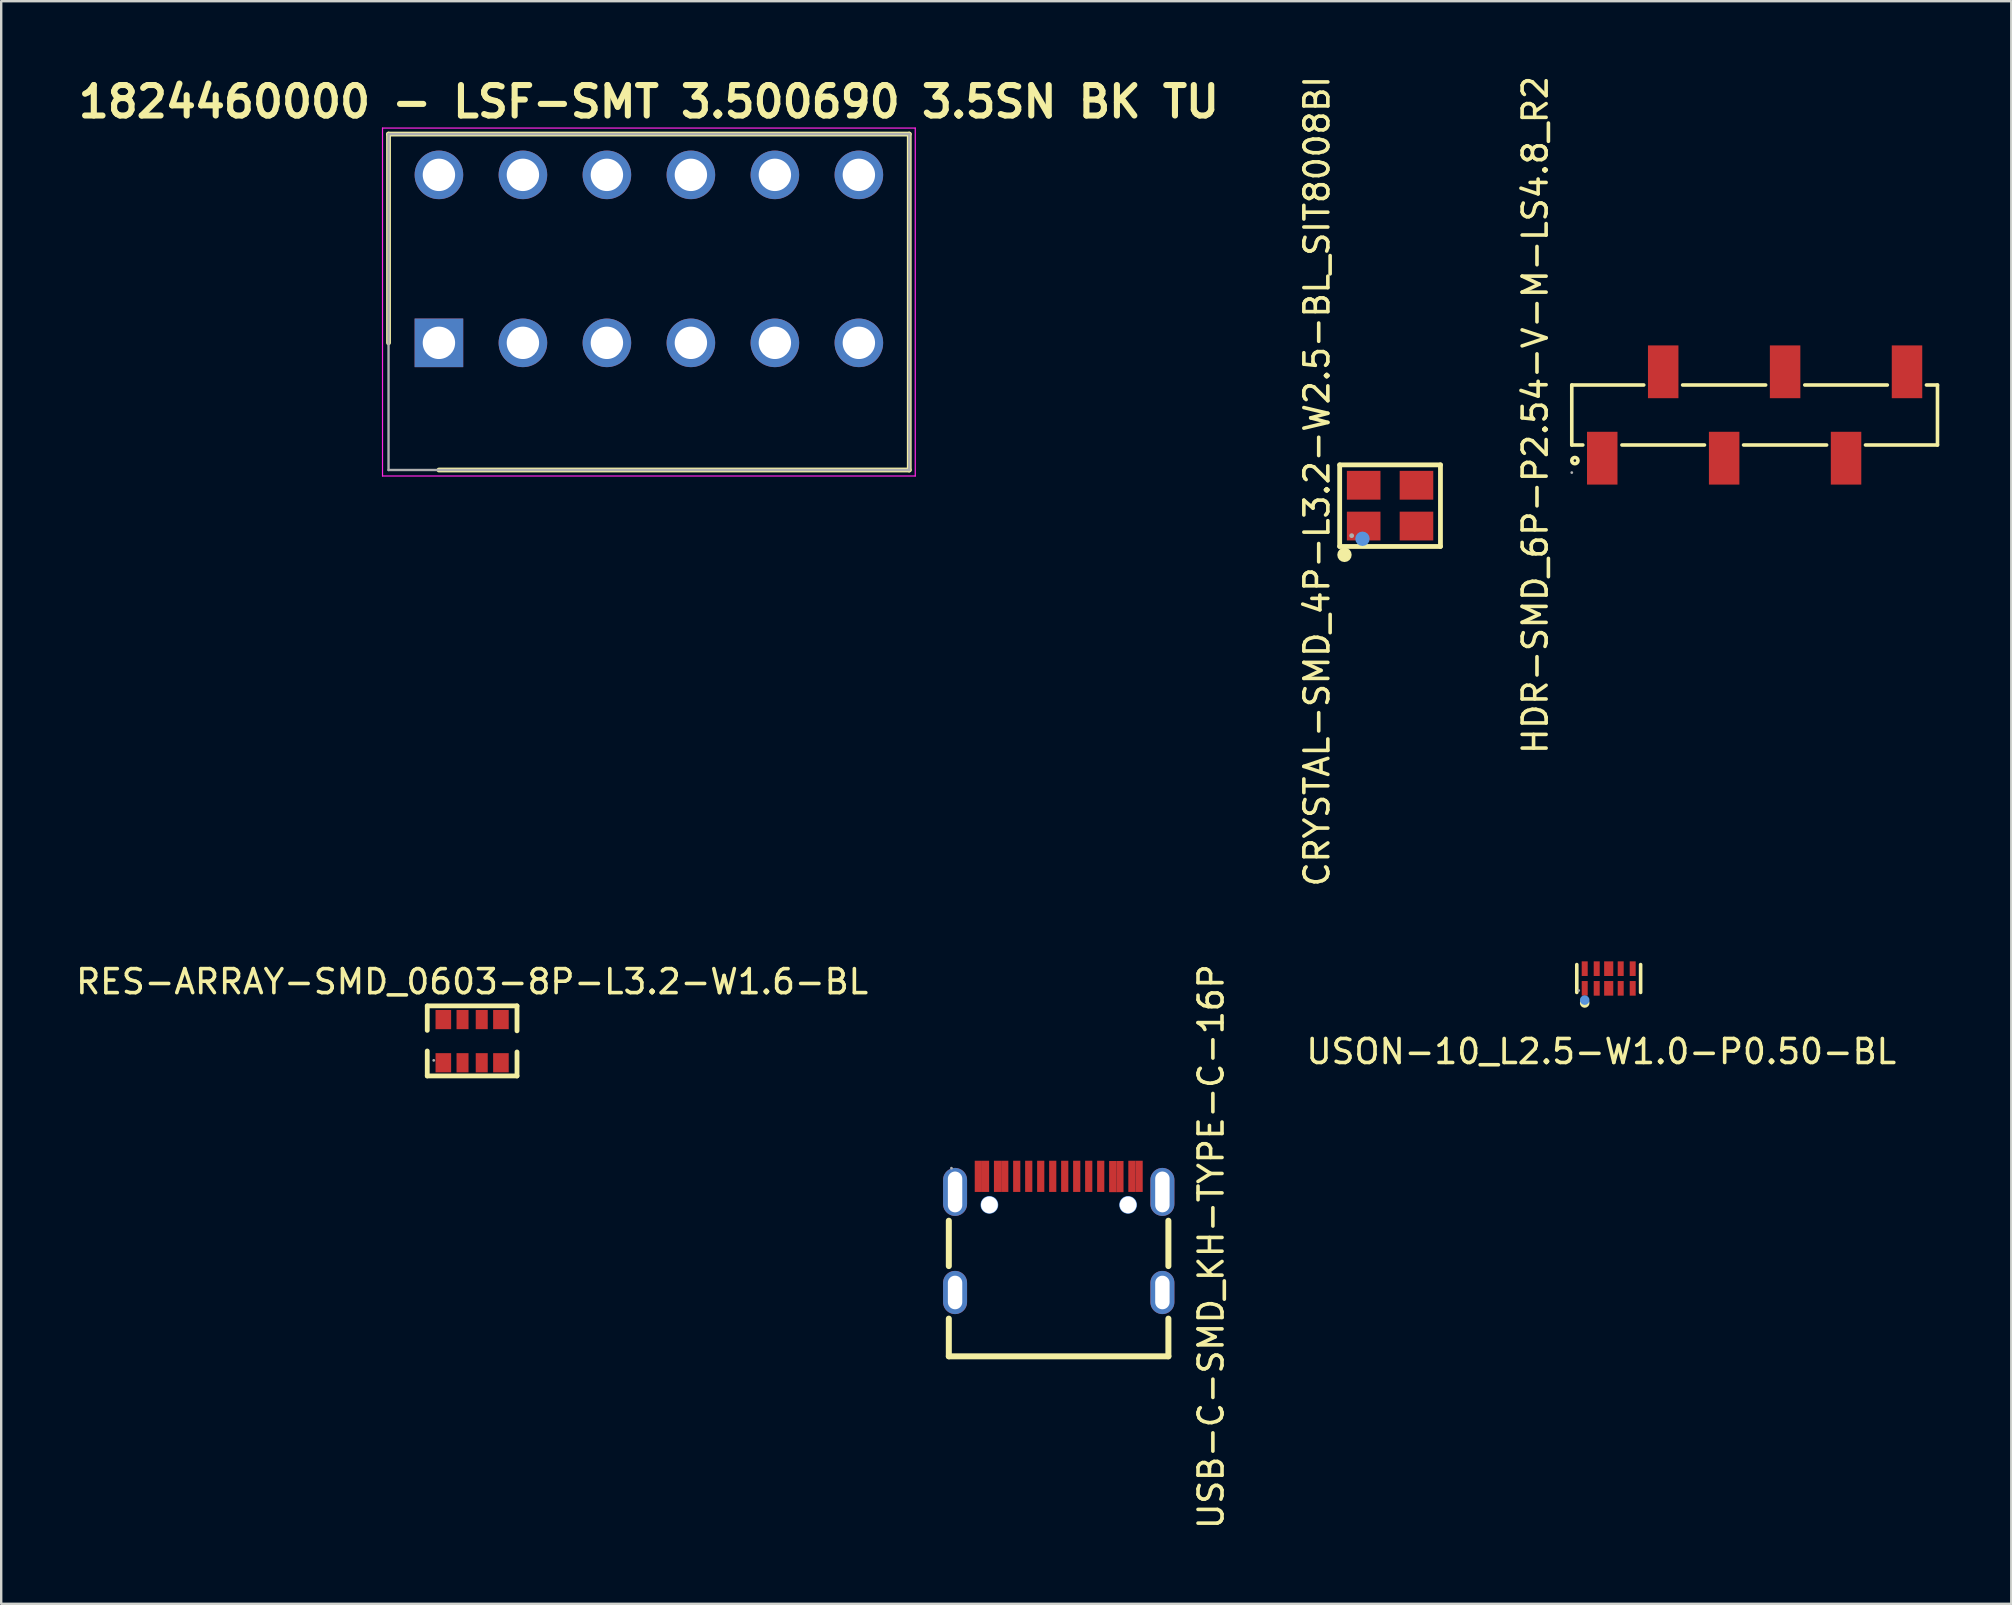
<source format=kicad_pcb>
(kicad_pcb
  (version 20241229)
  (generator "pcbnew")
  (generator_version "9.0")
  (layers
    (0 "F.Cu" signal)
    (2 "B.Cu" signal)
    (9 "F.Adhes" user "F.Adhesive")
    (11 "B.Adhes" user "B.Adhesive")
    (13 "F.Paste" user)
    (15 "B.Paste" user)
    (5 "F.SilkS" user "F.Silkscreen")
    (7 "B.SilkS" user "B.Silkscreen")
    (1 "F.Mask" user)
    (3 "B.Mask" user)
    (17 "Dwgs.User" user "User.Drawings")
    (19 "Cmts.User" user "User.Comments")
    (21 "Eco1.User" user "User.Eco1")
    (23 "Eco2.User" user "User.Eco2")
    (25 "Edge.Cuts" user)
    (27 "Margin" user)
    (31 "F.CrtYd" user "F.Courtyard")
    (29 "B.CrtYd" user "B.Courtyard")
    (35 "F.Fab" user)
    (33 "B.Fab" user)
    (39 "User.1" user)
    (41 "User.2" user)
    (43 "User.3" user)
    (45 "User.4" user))
  (footprint "CRYSTAL-SMD_4P-L3.2-W2.5-BL_SIT8008BI"
    (layer "F.Cu")
    (at 54.878 18.022)
    (property "Reference" "CRYSTAL-SMD_4P-L3.2-W2.5-BL_SIT8008BI" (at -3.048 -1.016 270) (layer "F.SilkS") (effects (font (size 1 1) (thickness 0.15))))
    (attr smd)
    (fp_line (start -2.1 -1.7) (end -2.1 1.7) (stroke (width 0.2) (type solid)) (layer "F.SilkS"))
    (fp_line (start -2.1 1.7) (end 2.1 1.7) (stroke (width 0.2) (type solid)) (layer "F.SilkS"))
    (fp_line (start 2.1 -1.7) (end -2.1 -1.7) (stroke (width 0.2) (type solid)) (layer "F.SilkS"))
    (fp_line (start 2.1 1.7) (end 2.1 -1.7) (stroke (width 0.2) (type solid)) (layer "F.SilkS"))
    (fp_arc (start -1.9 2.05) (mid -1.9 2.05) (end -1.9 2.05) (stroke (width 0.3) (type solid)) (layer "F.SilkS"))
    (fp_circle (center -1.15 1.38) (end -1 1.38) (stroke (width 0.3) (type solid)) (fill no) (layer "Cmts.User"))
    (fp_circle (center -1.6 1.25) (end -1.55 1.25) (stroke (width 0.1) (type solid)) (fill no) (layer "F.Fab"))
    (pad "1" smd rect (at -1.1 0.85) (size 1.4 1.2) (layers "F.Cu" "F.Mask" "F.Paste"))
    (pad "2" smd rect (at 1.1 0.85) (size 1.4 1.2) (layers "F.Cu" "F.Mask" "F.Paste"))
    (pad "3" smd rect (at 1.1 -0.85) (size 1.4 1.2) (layers "F.Cu" "F.Mask" "F.Paste"))
    (pad "4" smd rect (at -1.1 -0.85) (size 1.4 1.2) (layers "F.Cu" "F.Mask" "F.Paste")))
  (footprint "USON-10_L2.5-W1.0-P0.50-BL"
    (layer "F.Cu")
    (at 63.989 37.727)
    (property "Reference" "USON-10_L2.5-W1.0-P0.50-BL" (at -0.31 3.044 0) (layer "F.SilkS") (effects (font (size 1 1) (thickness 0.15))))
    (attr smd)
    (fp_line (start -1.33 0.58) (end -1.33 -0.58) (stroke (width 0.15) (type solid)) (layer "F.SilkS"))
    (fp_line (start 1.33 -0.58) (end 1.33 0.58) (stroke (width 0.15) (type solid)) (layer "F.SilkS"))
    (fp_circle (center -1 1.02) (end -0.9 1.02) (stroke (width 0.2) (type solid)) (fill no) (layer "F.SilkS"))
    (fp_circle (center -1 0.9) (end -0.9 0.9) (stroke (width 0.2) (type solid)) (fill no) (layer "Cmts.User"))
    (fp_circle (center -1.25 0.5) (end -1.22 0.5) (stroke (width 0.06) (type solid)) (fill no) (layer "F.Fab"))
    (pad "1" smd rect (at -1 0.41) (size 0.25 0.61) (layers "F.Cu" "F.Mask" "F.Paste"))
    (pad "2" smd rect (at -0.5 0.41) (size 0.25 0.61) (layers "F.Cu" "F.Mask" "F.Paste"))
    (pad "3" smd rect (at 0 0.41) (size 0.38 0.61) (layers "F.Cu" "F.Mask" "F.Paste"))
    (pad "4" smd rect (at 0.5 0.41) (size 0.25 0.61) (layers "F.Cu" "F.Mask" "F.Paste"))
    (pad "5" smd rect (at 1 0.41) (size 0.25 0.61) (layers "F.Cu" "F.Mask" "F.Paste"))
    (pad "6" smd rect (at 1 -0.41) (size 0.25 0.61) (layers "F.Cu" "F.Mask" "F.Paste"))
    (pad "7" smd rect (at 0.5 -0.41) (size 0.25 0.61) (layers "F.Cu" "F.Mask" "F.Paste"))
    (pad "8" smd rect (at 0 -0.41) (size 0.38 0.61) (layers "F.Cu" "F.Mask" "F.Paste"))
    (pad "9" smd rect (at -0.5 -0.41) (size 0.25 0.61) (layers "F.Cu" "F.Mask" "F.Paste"))
    (pad "10" smd rect (at -1 -0.41) (size 0.25 0.61) (layers "F.Cu" "F.Mask" "F.Paste")))
  (footprint "HDR-SMD_6P-P2.54-V-M-LS4.8_R2"
    (layer "F.Cu")
    (at 70.07 14.244)
    (property "Reference" "HDR-SMD_6P-P2.54-V-M-LS4.8_R2" (at -9.144 0 270) (layer "F.SilkS") (effects (font (size 1 1) (thickness 0.15))))
    (attr smd)
    (fp_line (start -7.62 -1.25) (end -7.62 1.25) (stroke (width 0.15) (type solid)) (layer "F.SilkS"))
    (fp_line (start -7.62 1.25) (end -7.16 1.25) (stroke (width 0.15) (type solid)) (layer "F.SilkS"))
    (fp_line (start -5.53 1.25) (end -2.09 1.25) (stroke (width 0.15) (type solid)) (layer "F.SilkS"))
    (fp_line (start -4.62 -1.25) (end -7.62 -1.25) (stroke (width 0.15) (type solid)) (layer "F.SilkS"))
    (fp_line (start -0.46 1.25) (end 3 1.25) (stroke (width 0.15) (type solid)) (layer "F.SilkS"))
    (fp_line (start 0.46 -1.25) (end -3 -1.25) (stroke (width 0.15) (type solid)) (layer "F.SilkS"))
    (fp_line (start 4.62 1.25) (end 7.62 1.25) (stroke (width 0.15) (type solid)) (layer "F.SilkS"))
    (fp_line (start 5.53 -1.25) (end 2.09 -1.25) (stroke (width 0.15) (type solid)) (layer "F.SilkS"))
    (fp_line (start 7.62 -1.25) (end 7.16 -1.25) (stroke (width 0.15) (type solid)) (layer "F.SilkS"))
    (fp_line (start 7.62 -1.25) (end 7.62 1.25) (stroke (width 0.15) (type solid)) (layer "F.SilkS"))
    (fp_circle (center -7.49 1.9) (end -7.36 1.9) (stroke (width 0.15) (type solid)) (fill no) (layer "F.SilkS"))
    (fp_circle (center -7.62 2.4) (end -7.59 2.4) (stroke (width 0.06) (type solid)) (fill no) (layer "F.Fab"))
    (pad "1" smd rect (at -6.35 1.8 180) (size 1.27 2.2) (layers "F.Cu" "F.Mask" "F.Paste"))
    (pad "2" smd rect (at -3.81 -1.8 180) (size 1.27 2.2) (layers "F.Cu" "F.Mask" "F.Paste"))
    (pad "3" smd rect (at -1.27 1.8 180) (size 1.27 2.2) (layers "F.Cu" "F.Mask" "F.Paste"))
    (pad "4" smd rect (at 1.27 -1.8 180) (size 1.27 2.2) (layers "F.Cu" "F.Mask" "F.Paste"))
    (pad "5" smd rect (at 3.81 1.8 180) (size 1.27 2.2) (layers "F.Cu" "F.Mask" "F.Paste"))
    (pad "6" smd rect (at 6.35 -1.8 180) (size 1.27 2.2) (layers "F.Cu" "F.Mask" "F.Paste")))
  (footprint "RES-ARRAY-SMD_0603-8P-L3.2-W1.6-BL"
    (layer "F.Cu")
    (at 16.625 40.338)
    (property "Reference" "RES-ARRAY-SMD_0603-8P-L3.2-W1.6-BL" (at 0 -2.478 180) (layer "F.SilkS") (effects (font (size 1 1) (thickness 0.15))))
    (attr smd)
    (fp_line (start -1.87 -1.47) (end 1.87 -1.47) (stroke (width 0.2) (type solid)) (layer "F.SilkS"))
    (fp_line (start -1.87 -0.45) (end -1.87 -1.47) (stroke (width 0.2) (type solid)) (layer "F.SilkS"))
    (fp_line (start -1.87 1.45) (end -1.87 0.41) (stroke (width 0.2) (type solid)) (layer "F.SilkS"))
    (fp_line (start 1.87 -1.47) (end 1.87 -0.43) (stroke (width 0.2) (type solid)) (layer "F.SilkS"))
    (fp_line (start 1.87 0.45) (end 1.87 1.45) (stroke (width 0.2) (type solid)) (layer "F.SilkS"))
    (fp_line (start 1.87 1.45) (end -1.87 1.45) (stroke (width 0.2) (type solid)) (layer "F.SilkS"))
    (fp_circle (center -1.6 0.8) (end -1.57 0.8) (stroke (width 0.06) (type solid)) (fill no) (layer "F.Fab"))
    (pad "1" smd rect (at -1.2 0.9) (size 0.65 0.8) (layers "F.Cu" "F.Mask" "F.Paste"))
    (pad "2" smd rect (at -0.4 0.9) (size 0.5 0.8) (layers "F.Cu" "F.Mask" "F.Paste"))
    (pad "3" smd rect (at 0.4 0.9) (size 0.5 0.8) (layers "F.Cu" "F.Mask" "F.Paste"))
    (pad "4" smd rect (at 1.2 0.9) (size 0.65 0.8) (layers "F.Cu" "F.Mask" "F.Paste"))
    (pad "5" smd rect (at 1.2 -0.9) (size 0.65 0.8) (layers "F.Cu" "F.Mask" "F.Paste"))
    (pad "6" smd rect (at 0.4 -0.9) (size 0.5 0.8) (layers "F.Cu" "F.Mask" "F.Paste"))
    (pad "7" smd rect (at -0.4 -0.9) (size 0.5 0.8) (layers "F.Cu" "F.Mask" "F.Paste"))
    (pad "8" smd rect (at -1.2 -0.9) (size 0.65 0.8) (layers "F.Cu" "F.Mask" "F.Paste")))
  (footprint "1824460000 - LSF-SMT 3.500690 3.5SN BK TU"
    (layer "F.Cu")
    (at 15.241 11.237)
    (property "Reference" "1824460000 - LSF-SMT 3.500690 3.5SN BK TU" (at 8.75 -10.048 0) (layer "F.SilkS") (effects (font (size 1.27 1.27) (thickness 0.254))))
    (attr through_hole)
    (fp_line (start -2.1 -8.7) (end -2.1 0) (stroke (width 0.2) (type solid)) (layer "F.SilkS"))
    (fp_line (start 0 5.3) (end 19.6 5.3) (stroke (width 0.2) (type solid)) (layer "F.SilkS"))
    (fp_line (start 19.6 -8.7) (end -2.1 -8.7) (stroke (width 0.2) (type solid)) (layer "F.SilkS"))
    (fp_line (start 19.6 5.3) (end 19.6 -8.7) (stroke (width 0.2) (type solid)) (layer "F.SilkS"))
    (fp_line (start -2.35 -8.95) (end 19.85 -8.95) (stroke (width 0.05) (type solid)) (layer "F.CrtYd"))
    (fp_line (start -2.35 5.55) (end -2.35 -8.95) (stroke (width 0.05) (type solid)) (layer "F.CrtYd"))
    (fp_line (start 19.85 -8.95) (end 19.85 5.55) (stroke (width 0.05) (type solid)) (layer "F.CrtYd"))
    (fp_line (start 19.85 5.55) (end -2.35 5.55) (stroke (width 0.05) (type solid)) (layer "F.CrtYd"))
    (fp_line (start -2.1 -8.7) (end 19.6 -8.7) (stroke (width 0.1) (type solid)) (layer "F.Fab"))
    (fp_line (start -2.1 5.3) (end -2.1 -8.7) (stroke (width 0.1) (type solid)) (layer "F.Fab"))
    (fp_line (start 19.6 -8.7) (end 19.6 5.3) (stroke (width 0.1) (type solid)) (layer "F.Fab"))
    (fp_line (start 19.6 5.3) (end -2.1 5.3) (stroke (width 0.1) (type solid)) (layer "F.Fab"))
    (pad "1" thru_hole rect (at 0 0) (size 2.025 2.025) (drill 1.35) (layers "*.Cu" "*.Mask"))
    (pad "2" thru_hole circle (at 0 -7) (size 2.025 2.025) (drill 1.35) (layers "*.Cu" "*.Mask"))
    (pad "3" thru_hole circle (at 3.5 0) (size 2.025 2.025) (drill 1.35) (layers "*.Cu" "*.Mask"))
    (pad "4" thru_hole circle (at 3.5 -7) (size 2.025 2.025) (drill 1.35) (layers "*.Cu" "*.Mask"))
    (pad "5" thru_hole circle (at 7 0) (size 2.025 2.025) (drill 1.35) (layers "*.Cu" "*.Mask"))
    (pad "6" thru_hole circle (at 7 -7) (size 2.025 2.025) (drill 1.35) (layers "*.Cu" "*.Mask"))
    (pad "7" thru_hole circle (at 10.5 0) (size 2.025 2.025) (drill 1.35) (layers "*.Cu" "*.Mask"))
    (pad "8" thru_hole circle (at 10.5 -7) (size 2.025 2.025) (drill 1.35) (layers "*.Cu" "*.Mask"))
    (pad "9" thru_hole circle (at 14 0) (size 2.025 2.025) (drill 1.35) (layers "*.Cu" "*.Mask"))
    (pad "10" thru_hole circle (at 14 -7) (size 2.025 2.025) (drill 1.35) (layers "*.Cu" "*.Mask"))
    (pad "11" thru_hole circle (at 17.5 0) (size 2.025 2.025) (drill 1.35) (layers "*.Cu" "*.Mask"))
    (pad "12" thru_hole circle (at 17.5 -7) (size 2.025 2.025) (drill 1.35) (layers "*.Cu" "*.Mask")))
  (footprint "USB-C-SMD_KH-TYPE-C-16P"
    (layer "F.Cu")
    (at 41.07 48.391)
    (property "Reference" "USB-C-SMD_KH-TYPE-C-16P" (at 6.35 0.508 270) (layer "F.SilkS") (effects (font (size 1 1) (thickness 0.15))))
    (attr smd)
    (fp_line (start -4.58 -0.57) (end -4.58 1.32) (stroke (width 0.25) (type solid)) (layer "F.SilkS"))
    (fp_line (start -4.58 3.51) (end -4.58 5.08) (stroke (width 0.25) (type solid)) (layer "F.SilkS"))
    (fp_line (start -4.58 5.08) (end 4.57 5.08) (stroke (width 0.25) (type solid)) (layer "F.SilkS"))
    (fp_line (start 4.57 1.32) (end 4.57 -0.57) (stroke (width 0.25) (type solid)) (layer "F.SilkS"))
    (fp_line (start 4.57 5.08) (end 4.57 3.51) (stroke (width 0.25) (type solid)) (layer "F.SilkS"))
    (fp_circle (center -2.89 -1.23) (end -2.77 -1.23) (stroke (width 0.25) (type solid)) (fill no) (layer "Cmts.User"))
    (fp_circle (center 2.89 -1.23) (end 3.01 -1.23) (stroke (width 0.25) (type solid)) (fill no) (layer "Cmts.User"))
    (fp_circle (center -4.47 -2.76) (end -4.44 -2.76) (stroke (width 0.06) (type solid)) (fill no) (layer "F.Fab"))
    (pad "" thru_hole circle (at -2.89 -1.23) (size 0.7 0.7) (drill 0.7) (layers "*.Cu" "*.Mask"))
    (pad "" thru_hole circle (at 2.89 -1.23) (size 0.7 0.7) (drill 0.7) (layers "*.Cu" "*.Mask"))
    (pad "1" thru_hole oval (at -4.32 -1.77) (size 1 2) (drill oval 0.6 1.7) (layers "*.Cu" "*.Mask"))
    (pad "2" thru_hole oval (at 4.32 -1.77) (size 1 2) (drill oval 0.6 1.7) (layers "*.Cu" "*.Mask"))
    (pad "3" thru_hole oval (at -4.32 2.42) (size 1 1.8) (drill oval 0.6 1.4) (layers "*.Cu" "*.Mask"))
    (pad "4" thru_hole oval (at 4.32 2.42) (size 1 1.8) (drill oval 0.6 1.4) (layers "*.Cu" "*.Mask"))
    (pad "A1" smd rect (at -3.35 -2.42) (size 0.3 1.3) (layers "F.Cu" "F.Mask" "F.Paste"))
    (pad "A4" smd rect (at -2.55 -2.42) (size 0.3 1.3) (layers "F.Cu" "F.Mask" "F.Paste"))
    (pad "A5" smd rect (at -1.25 -2.42) (size 0.3 1.3) (layers "F.Cu" "F.Mask" "F.Paste"))
    (pad "A6" smd rect (at -0.25 -2.42) (size 0.3 1.3) (layers "F.Cu" "F.Mask" "F.Paste"))
    (pad "A7" smd rect (at 0.25 -2.42) (size 0.3 1.3) (layers "F.Cu" "F.Mask" "F.Paste"))
    (pad "A8" smd rect (at 1.25 -2.42) (size 0.3 1.3) (layers "F.Cu" "F.Mask" "F.Paste"))
    (pad "A9" smd rect (at 2.55 -2.41) (size 0.3 1.3) (layers "F.Cu" "F.Mask" "F.Paste"))
    (pad "A12" smd rect (at 3.35 -2.42) (size 0.3 1.3) (layers "F.Cu" "F.Mask" "F.Paste"))
    (pad "B1" smd rect (at 3.05 -2.42) (size 0.3 1.3) (layers "F.Cu" "F.Mask" "F.Paste"))
    (pad "B4" smd rect (at 2.25 -2.41) (size 0.3 1.3) (layers "F.Cu" "F.Mask" "F.Paste"))
    (pad "B5" smd rect (at 1.75 -2.42) (size 0.3 1.3) (layers "F.Cu" "F.Mask" "F.Paste"))
    (pad "B6" smd rect (at 0.75 -2.42) (size 0.3 1.3) (layers "F.Cu" "F.Mask" "F.Paste"))
    (pad "B7" smd rect (at -0.75 -2.42) (size 0.3 1.3) (layers "F.Cu" "F.Mask" "F.Paste"))
    (pad "B8" smd rect (at -1.75 -2.42) (size 0.3 1.3) (layers "F.Cu" "F.Mask" "F.Paste"))
    (pad "B9" smd rect (at -2.25 -2.42) (size 0.3 1.3) (layers "F.Cu" "F.Mask" "F.Paste"))
    (pad "B12" smd rect (at -3.05 -2.42) (size 0.3 1.3) (layers "F.Cu" "F.Mask" "F.Paste")))
  (gr_rect
    (start -3 -3)
    (end 80.765 63.786)
    (stroke (width 0.1) (type default))
    (fill no)
    (layer "Edge.Cuts")))
</source>
